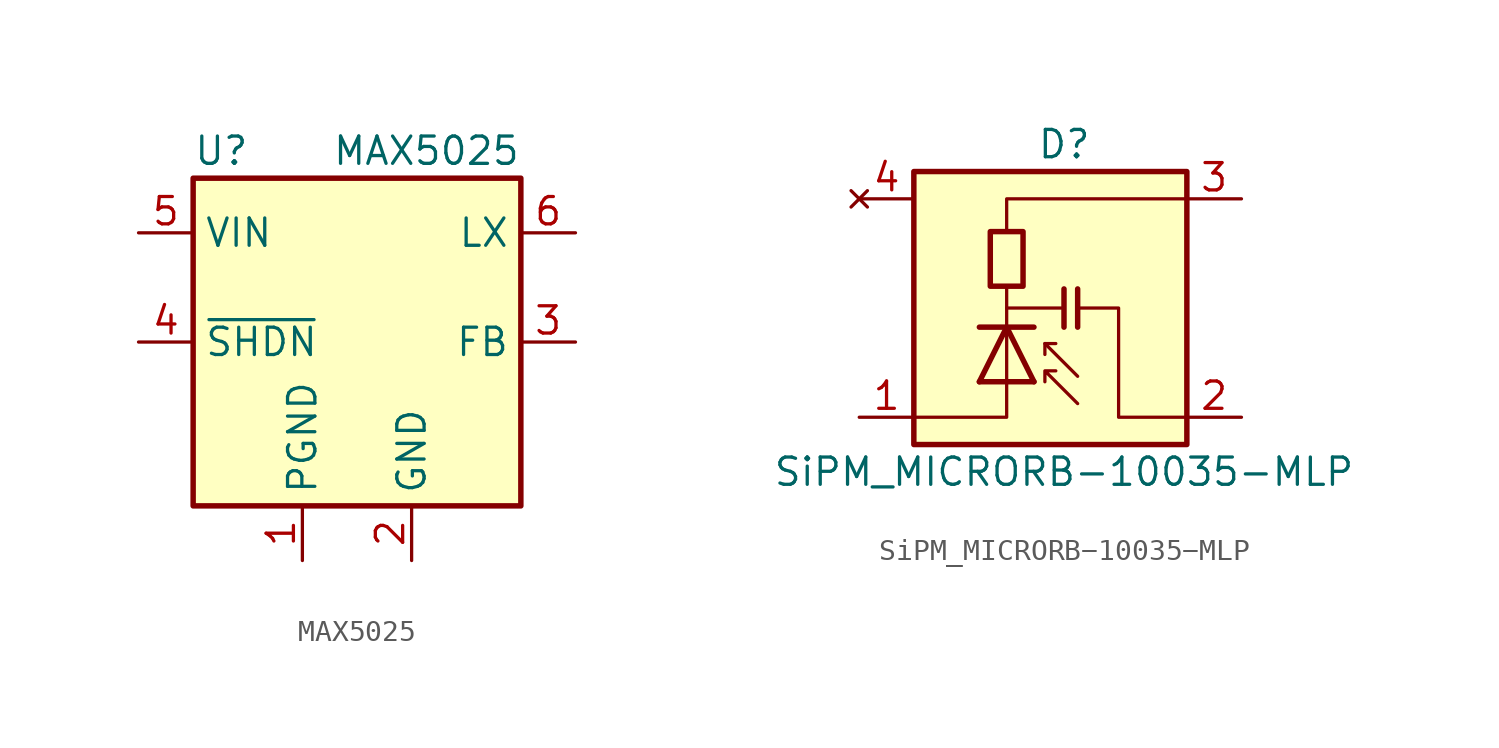
<source format=kicad_sym>
(kicad_symbol_lib
  (version 20211014)
  (generator kicad_symbol_editor)
  (symbol "MAX5025"
    (property "Reference" "U"
      (at -7.62 8.89 0)
      (effects (font (size 1.27 1.27)) (justify left)))
    (property "Value" "MAX5025"
      (at 7.62 8.89 0)
      (effects (font (size 1.27 1.27)) (justify right)))
    (symbol "MAX5025_0_1"
      (rectangle (start -7.62 7.62) (end 7.62 -7.62) (stroke (width 0.254) (type default) (color 0 0 0 0)) (fill (type background))))
    (symbol "MAX5025_1_1"
      (pin power_in line (at -2.54 -10.16 90) (length 2.54) (name "PGND" (effects (font (size 1.27 1.27)))) (number "1" (effects (font (size 1.27 1.27)))))
      (pin power_in line (at 2.54 -10.16 90) (length 2.54) (name "GND" (effects (font (size 1.27 1.27)))) (number "2" (effects (font (size 1.27 1.27)))))
      (pin input line (at 10.16 0 180) (length 2.54) (name "FB" (effects (font (size 1.27 1.27)))) (number "3" (effects (font (size 1.27 1.27)))))
      (pin input line (at -10.16 0 0) (length 2.54) (name "~{SHDN}" (effects (font (size 1.27 1.27)))) (number "4" (effects (font (size 1.27 1.27)))))
      (pin power_in line (at -10.16 5.08 0) (length 2.54) (name "VIN" (effects (font (size 1.27 1.27)))) (number "5" (effects (font (size 1.27 1.27)))))
      (pin output line (at 10.16 5.08 180) (length 2.54) (name "LX" (effects (font (size 1.27 1.27)))) (number "6" (effects (font (size 1.27 1.27)))))))
  (symbol "SiPM_MICRORB−10035−MLP"
    (pin_names hide)
    (property "Reference" "D"
      (at -0.635 7.62 0)
      (effects (font (size 1.27 1.27)) (justify left)))
    (property "Value" "SiPM_MICRORB−10035−MLP"
      (at 0.635 -7.62 0)
      (effects (font (size 1.27 1.27))))
    (symbol "SiPM_MICRORB−10035−MLP_0_1"
      (rectangle (start -6.35 6.35) (end 6.35 -6.35) (stroke (width 0.254) (type default) (color 0 0 0 0)) (fill (type background)))
      (rectangle (start -2.794 3.556) (end -1.27 1.016) (stroke (width 0.254) (type default) (color 0 0 0 0)) (fill (type none)))
      (polyline (pts (xy -2.032 -0.889) (xy -2.032 -3.429)) (stroke (width 0) (type default) (color 0 0 0 0)) (fill (type none)))
      (polyline (pts (xy -2.032 -0.889) (xy -2.032 1.016)) (stroke (width 0) (type default) (color 0 0 0 0)) (fill (type none)))
      (polyline (pts (xy -2.032 0) (xy 0.635 0)) (stroke (width 0) (type default) (color 0 0 0 0)) (fill (type none)))
      (polyline (pts (xy -0.762 -3.429) (xy -3.302 -3.429)) (stroke (width 0.254) (type default) (color 0 0 0 0)) (fill (type none)))
      (polyline (pts (xy -0.762 -0.889) (xy -3.302 -0.889)) (stroke (width 0.254) (type default) (color 0 0 0 0)) (fill (type none)))
      (polyline (pts (xy -0.254 -1.651) (xy -0.254 -2.159)) (stroke (width 0) (type default) (color 0 0 0 0)) (fill (type none)))
      (polyline (pts (xy 0.635 0.889) (xy 0.635 -0.889)) (stroke (width 0.254) (type default) (color 0 0 0 0)) (fill (type none)))
      (polyline (pts (xy 1.27 -0.889) (xy 1.27 0.889)) (stroke (width 0.254) (type default) (color 0 0 0 0)) (fill (type none)))
      (polyline (pts (xy -2.032 -3.429) (xy -2.032 -5.08) (xy -6.35 -5.08)) (stroke (width 0) (type default) (color 0 0 0 0)) (fill (type none)))
      (polyline (pts (xy -2.032 3.556) (xy -2.032 5.08) (xy 6.35 5.08)) (stroke (width 0) (type default) (color 0 0 0 0)) (fill (type none)))
      (polyline (pts (xy -0.762 -3.429) (xy -2.032 -0.889) (xy -3.302 -3.429)) (stroke (width 0.254) (type default) (color 0 0 0 0)) (fill (type none)))
      (polyline (pts (xy 1.27 -3.175) (xy -0.254 -1.651) (xy 0.254 -1.651)) (stroke (width 0) (type default) (color 0 0 0 0)) (fill (type none)))
      (polyline (pts (xy 1.397 0) (xy 3.175 0) (xy 3.175 -5.08) (xy 6.35 -5.08)) (stroke (width 0) (type default) (color 0 0 0 0)) (fill (type none)))
      (polyline (pts (xy 1.27 -4.445) (xy -0.254 -2.921) (xy 0.254 -2.921) (xy -0.254 -2.921) (xy -0.254 -3.429)) (stroke (width 0) (type default) (color 0 0 0 0)) (fill (type none))))
    (symbol "SiPM_MICRORB−10035−MLP_1_1"
      (pin passive line (at -8.89 -5.08 0) (length 2.54) (name "Annode" (effects (font (size 1.27 1.27)))) (number "1" (effects (font (size 1.27 1.27)))))
      (pin passive line (at 8.89 -5.08 180) (length 2.54) (name "Fast_Output" (effects (font (size 1.27 1.27)))) (number "2" (effects (font (size 1.27 1.27)))))
      (pin passive line (at 8.89 5.08 180) (length 2.54) (name "Cathode" (effects (font (size 1.27 1.27)))) (number "3" (effects (font (size 1.27 1.27)))))
      (pin no_connect line (at -8.89 5.08 0) (length 2.54) (name "NC" (effects (font (size 1.27 1.27)))) (number "4" (effects (font (size 1.27 1.27))))))))
</source>
